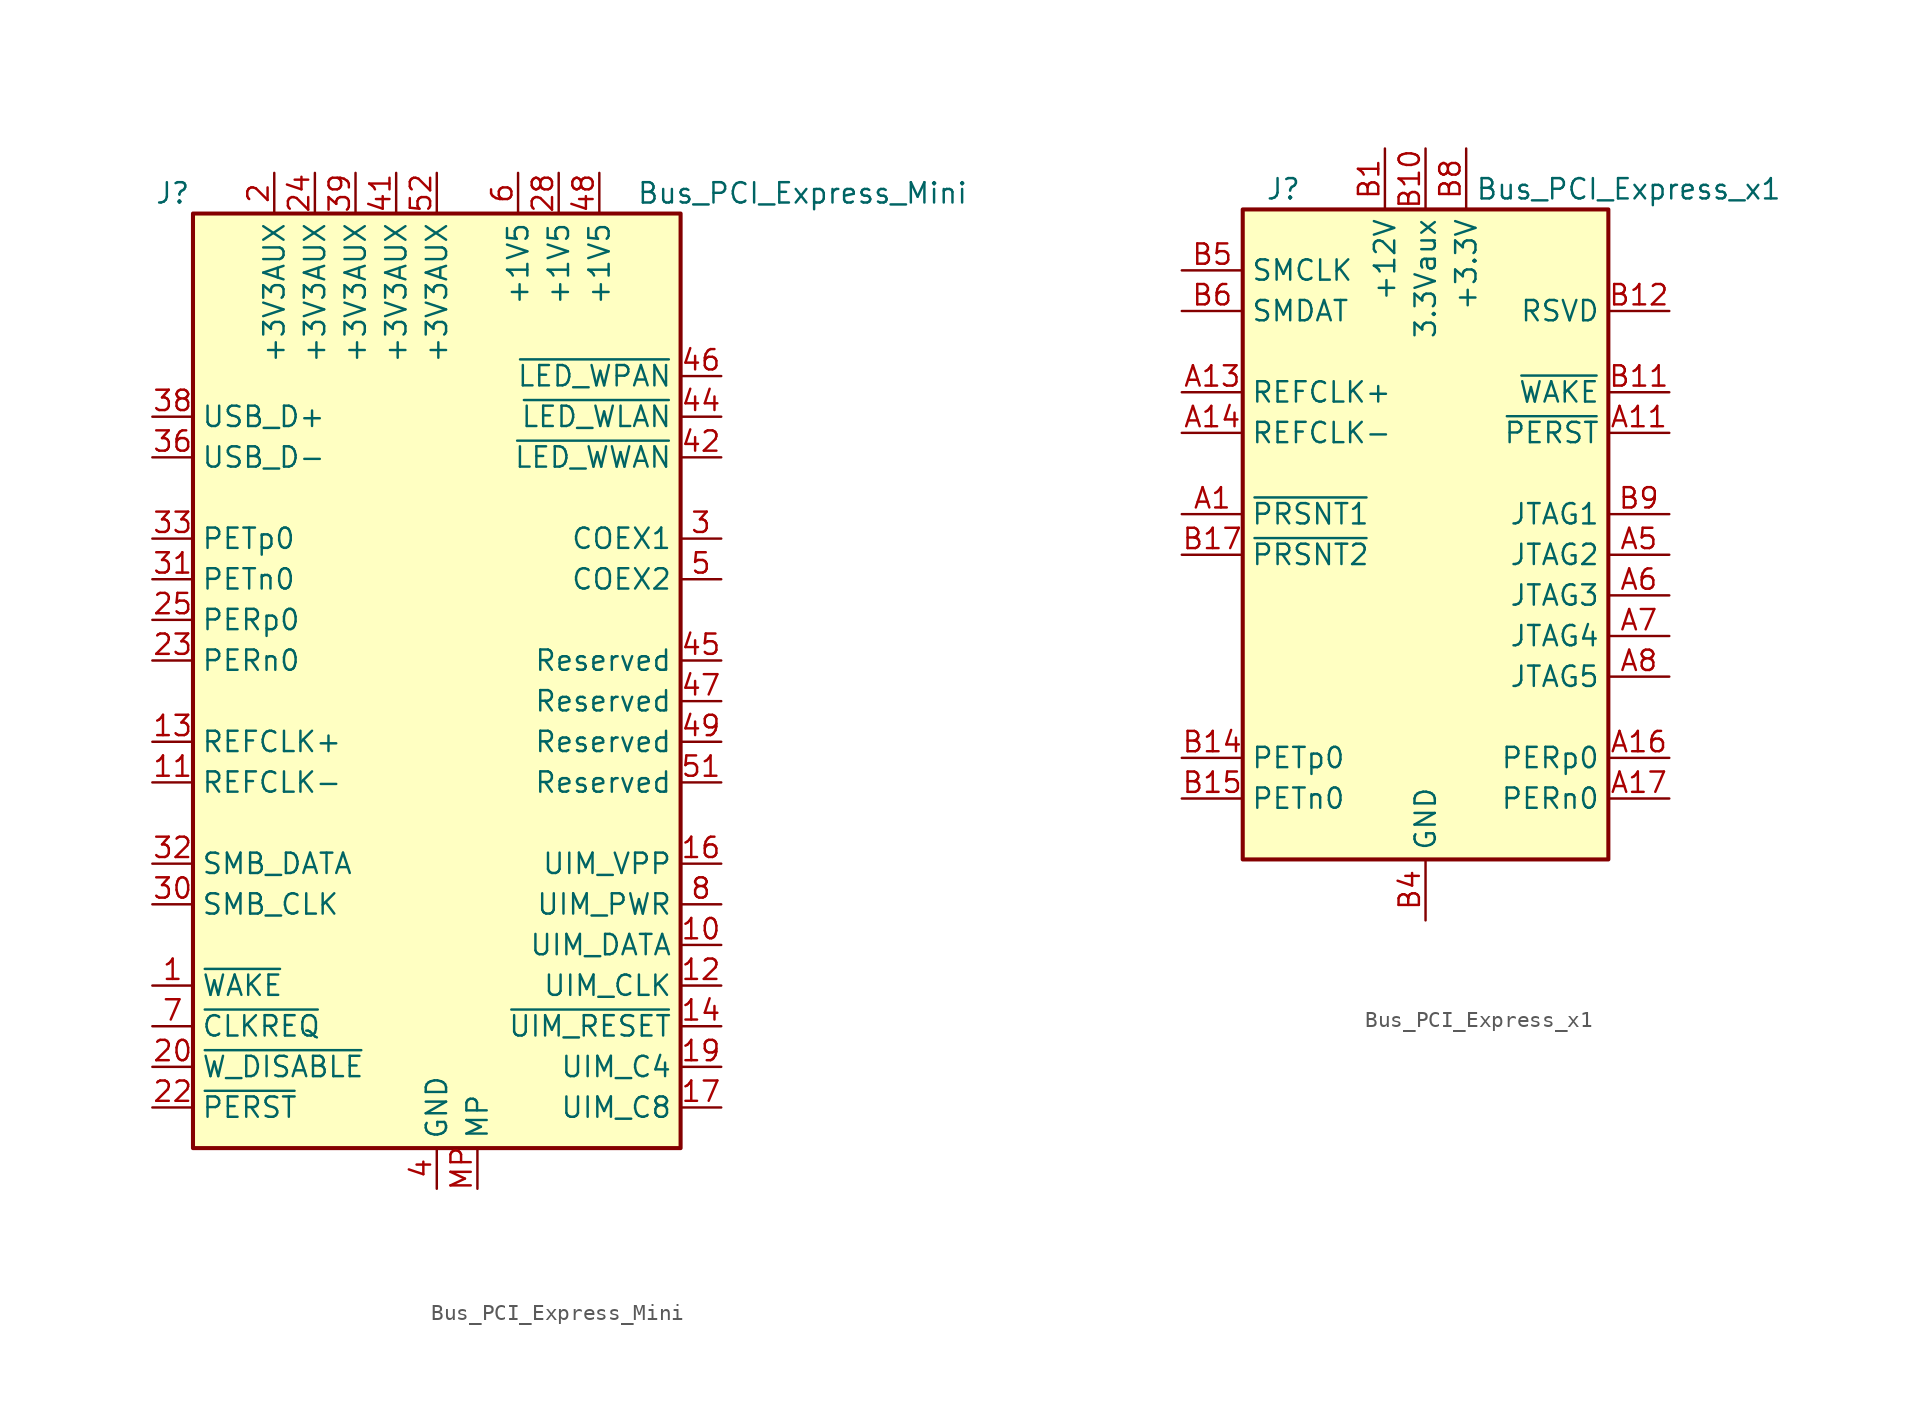
<source format=kicad_sym>
(kicad_symbol_lib
  (version 20220914)
  (generator kicad_symbol_editor)
  (symbol "Bus_PCI_Express_Mini"
    (property "Reference" "J"
      (at -16.51 31.75 0)
      (effects (font (size 1.27 1.27))))
    (property "Value" "Bus_PCI_Express_Mini"
      (at 22.86 31.75 0)
      (effects (font (size 1.27 1.27))))
    (symbol "Bus_PCI_Express_Mini_0_1"
      (rectangle (start -15.24 30.48) (end 15.24 -27.94) (stroke (width 0.254) (type default)) (fill (type background))))
    (symbol "Bus_PCI_Express_Mini_1_1"
      (pin open_collector line (at -17.78 -17.78 0) (length 2.54) (name "~{WAKE}" (effects (font (size 1.27 1.27)))) (number "1" (effects (font (size 1.27 1.27)))))
      (pin bidirectional line (at 17.78 -15.24 180) (length 2.54) (name "UIM_DATA" (effects (font (size 1.27 1.27)))) (number "10" (effects (font (size 1.27 1.27)))))
      (pin input line (at -17.78 -5.08 0) (length 2.54) (name "REFCLK-" (effects (font (size 1.27 1.27)))) (number "11" (effects (font (size 1.27 1.27)))))
      (pin output line (at 17.78 -17.78 180) (length 2.54) (name "UIM_CLK" (effects (font (size 1.27 1.27)))) (number "12" (effects (font (size 1.27 1.27)))))
      (pin input line (at -17.78 -2.54 0) (length 2.54) (name "REFCLK+" (effects (font (size 1.27 1.27)))) (number "13" (effects (font (size 1.27 1.27)))))
      (pin output line (at 17.78 -20.32 180) (length 2.54) (name "~{UIM_RESET}" (effects (font (size 1.27 1.27)))) (number "14" (effects (font (size 1.27 1.27)))))
      (pin passive line (at 0 -30.48 90) (length 2.54) hide (name "GND" (effects (font (size 1.27 1.27)))) (number "15" (effects (font (size 1.27 1.27)))))
      (pin power_out line (at 17.78 -10.16 180) (length 2.54) (name "UIM_VPP" (effects (font (size 1.27 1.27)))) (number "16" (effects (font (size 1.27 1.27)))))
      (pin passive line (at 17.78 -25.4 180) (length 2.54) (name "UIM_C8" (effects (font (size 1.27 1.27)))) (number "17" (effects (font (size 1.27 1.27)))))
      (pin passive line (at 0 -30.48 90) (length 2.54) hide (name "GND" (effects (font (size 1.27 1.27)))) (number "18" (effects (font (size 1.27 1.27)))))
      (pin passive line (at 17.78 -22.86 180) (length 2.54) (name "UIM_C4" (effects (font (size 1.27 1.27)))) (number "19" (effects (font (size 1.27 1.27)))))
      (pin power_in line (at -10.16 33.02 270) (length 2.54) (name "+3V3AUX" (effects (font (size 1.27 1.27)))) (number "2" (effects (font (size 1.27 1.27)))))
      (pin input line (at -17.78 -22.86 0) (length 2.54) (name "~{W_DISABLE}" (effects (font (size 1.27 1.27)))) (number "20" (effects (font (size 1.27 1.27)))))
      (pin passive line (at 0 -30.48 90) (length 2.54) hide (name "GND" (effects (font (size 1.27 1.27)))) (number "21" (effects (font (size 1.27 1.27)))))
      (pin input line (at -17.78 -25.4 0) (length 2.54) (name "~{PERST}" (effects (font (size 1.27 1.27)))) (number "22" (effects (font (size 1.27 1.27)))))
      (pin output line (at -17.78 2.54 0) (length 2.54) (name "PERn0" (effects (font (size 1.27 1.27)))) (number "23" (effects (font (size 1.27 1.27)))))
      (pin power_in line (at -7.62 33.02 270) (length 2.54) (name "+3V3AUX" (effects (font (size 1.27 1.27)))) (number "24" (effects (font (size 1.27 1.27)))))
      (pin output line (at -17.78 5.08 0) (length 2.54) (name "PERp0" (effects (font (size 1.27 1.27)))) (number "25" (effects (font (size 1.27 1.27)))))
      (pin passive line (at 0 -30.48 90) (length 2.54) hide (name "GND" (effects (font (size 1.27 1.27)))) (number "26" (effects (font (size 1.27 1.27)))))
      (pin passive line (at 0 -30.48 90) (length 2.54) hide (name "GND" (effects (font (size 1.27 1.27)))) (number "27" (effects (font (size 1.27 1.27)))))
      (pin power_in line (at 7.62 33.02 270) (length 2.54) (name "+1V5" (effects (font (size 1.27 1.27)))) (number "28" (effects (font (size 1.27 1.27)))))
      (pin passive line (at 0 -30.48 90) (length 2.54) hide (name "GND" (effects (font (size 1.27 1.27)))) (number "29" (effects (font (size 1.27 1.27)))))
      (pin passive line (at 17.78 10.16 180) (length 2.54) (name "COEX1" (effects (font (size 1.27 1.27)))) (number "3" (effects (font (size 1.27 1.27)))))
      (pin input line (at -17.78 -12.7 0) (length 2.54) (name "SMB_CLK" (effects (font (size 1.27 1.27)))) (number "30" (effects (font (size 1.27 1.27)))))
      (pin input line (at -17.78 7.62 0) (length 2.54) (name "PETn0" (effects (font (size 1.27 1.27)))) (number "31" (effects (font (size 1.27 1.27)))))
      (pin bidirectional line (at -17.78 -10.16 0) (length 2.54) (name "SMB_DATA" (effects (font (size 1.27 1.27)))) (number "32" (effects (font (size 1.27 1.27)))))
      (pin input line (at -17.78 10.16 0) (length 2.54) (name "PETp0" (effects (font (size 1.27 1.27)))) (number "33" (effects (font (size 1.27 1.27)))))
      (pin passive line (at 0 -30.48 90) (length 2.54) hide (name "GND" (effects (font (size 1.27 1.27)))) (number "34" (effects (font (size 1.27 1.27)))))
      (pin passive line (at 0 -30.48 90) (length 2.54) hide (name "GND" (effects (font (size 1.27 1.27)))) (number "35" (effects (font (size 1.27 1.27)))))
      (pin bidirectional line (at -17.78 15.24 0) (length 2.54) (name "USB_D-" (effects (font (size 1.27 1.27)))) (number "36" (effects (font (size 1.27 1.27)))))
      (pin passive line (at 0 -30.48 90) (length 2.54) hide (name "GND" (effects (font (size 1.27 1.27)))) (number "37" (effects (font (size 1.27 1.27)))))
      (pin bidirectional line (at -17.78 17.78 0) (length 2.54) (name "USB_D+" (effects (font (size 1.27 1.27)))) (number "38" (effects (font (size 1.27 1.27)))))
      (pin power_in line (at -5.08 33.02 270) (length 2.54) (name "+3V3AUX" (effects (font (size 1.27 1.27)))) (number "39" (effects (font (size 1.27 1.27)))))
      (pin power_in line (at 0 -30.48 90) (length 2.54) (name "GND" (effects (font (size 1.27 1.27)))) (number "4" (effects (font (size 1.27 1.27)))))
      (pin passive line (at 0 -30.48 90) (length 2.54) hide (name "GND" (effects (font (size 1.27 1.27)))) (number "40" (effects (font (size 1.27 1.27)))))
      (pin power_in line (at -2.54 33.02 270) (length 2.54) (name "+3V3AUX" (effects (font (size 1.27 1.27)))) (number "41" (effects (font (size 1.27 1.27)))))
      (pin open_collector line (at 17.78 15.24 180) (length 2.54) (name "~{LED_WWAN}" (effects (font (size 1.27 1.27)))) (number "42" (effects (font (size 1.27 1.27)))))
      (pin passive line (at 0 -30.48 90) (length 2.54) hide (name "GND" (effects (font (size 1.27 1.27)))) (number "43" (effects (font (size 1.27 1.27)))))
      (pin open_collector line (at 17.78 17.78 180) (length 2.54) (name "~{LED_WLAN}" (effects (font (size 1.27 1.27)))) (number "44" (effects (font (size 1.27 1.27)))))
      (pin passive line (at 17.78 2.54 180) (length 2.54) (name "Reserved" (effects (font (size 1.27 1.27)))) (number "45" (effects (font (size 1.27 1.27)))))
      (pin open_collector line (at 17.78 20.32 180) (length 2.54) (name "~{LED_WPAN}" (effects (font (size 1.27 1.27)))) (number "46" (effects (font (size 1.27 1.27)))))
      (pin passive line (at 17.78 0 180) (length 2.54) (name "Reserved" (effects (font (size 1.27 1.27)))) (number "47" (effects (font (size 1.27 1.27)))))
      (pin power_in line (at 10.16 33.02 270) (length 2.54) (name "+1V5" (effects (font (size 1.27 1.27)))) (number "48" (effects (font (size 1.27 1.27)))))
      (pin passive line (at 17.78 -2.54 180) (length 2.54) (name "Reserved" (effects (font (size 1.27 1.27)))) (number "49" (effects (font (size 1.27 1.27)))))
      (pin passive line (at 17.78 7.62 180) (length 2.54) (name "COEX2" (effects (font (size 1.27 1.27)))) (number "5" (effects (font (size 1.27 1.27)))))
      (pin passive line (at 0 -30.48 90) (length 2.54) hide (name "GND" (effects (font (size 1.27 1.27)))) (number "50" (effects (font (size 1.27 1.27)))))
      (pin passive line (at 17.78 -5.08 180) (length 2.54) (name "Reserved" (effects (font (size 1.27 1.27)))) (number "51" (effects (font (size 1.27 1.27)))))
      (pin power_in line (at 0 33.02 270) (length 2.54) (name "+3V3AUX" (effects (font (size 1.27 1.27)))) (number "52" (effects (font (size 1.27 1.27)))))
      (pin power_in line (at 5.08 33.02 270) (length 2.54) (name "+1V5" (effects (font (size 1.27 1.27)))) (number "6" (effects (font (size 1.27 1.27)))))
      (pin open_collector line (at -17.78 -20.32 0) (length 2.54) (name "~{CLKREQ}" (effects (font (size 1.27 1.27)))) (number "7" (effects (font (size 1.27 1.27)))))
      (pin power_out line (at 17.78 -12.7 180) (length 2.54) (name "UIM_PWR" (effects (font (size 1.27 1.27)))) (number "8" (effects (font (size 1.27 1.27)))))
      (pin passive line (at 0 -30.48 90) (length 2.54) hide (name "GND" (effects (font (size 1.27 1.27)))) (number "9" (effects (font (size 1.27 1.27)))))
      (pin passive line (at 2.54 -30.48 90) (length 2.54) (name "MP" (effects (font (size 1.27 1.27)))) (number "MP" (effects (font (size 1.27 1.27)))))))
  (symbol "Bus_PCI_Express_x1"
    (property "Reference" "J"
      (at -8.89 22.86 0)
      (effects (font (size 1.27 1.27))))
    (property "Value" "Bus_PCI_Express_x1"
      (at 12.7 22.86 0)
      (effects (font (size 1.27 1.27))))
    (symbol "Bus_PCI_Express_x1_0_1"
      (rectangle (start -11.43 21.59) (end 11.43 -19.05) (stroke (width 0.254) (type default)) (fill (type background))))
    (symbol "Bus_PCI_Express_x1_1_1"
      (pin passive line (at -15.24 2.54 0) (length 3.81) (name "~{PRSNT1}" (effects (font (size 1.27 1.27)))) (number "A1" (effects (font (size 1.27 1.27)))))
      (pin passive line (at 2.54 25.4 270) (length 3.81) hide (name "+3.3V" (effects (font (size 1.27 1.27)))) (number "A10" (effects (font (size 1.27 1.27)))))
      (pin input line (at 15.24 7.62 180) (length 3.81) (name "~{PERST}" (effects (font (size 1.27 1.27)))) (number "A11" (effects (font (size 1.27 1.27)))))
      (pin passive line (at 0 -22.86 90) (length 3.81) hide (name "GND" (effects (font (size 1.27 1.27)))) (number "A12" (effects (font (size 1.27 1.27)))))
      (pin input line (at -15.24 10.16 0) (length 3.81) (name "REFCLK+" (effects (font (size 1.27 1.27)))) (number "A13" (effects (font (size 1.27 1.27)))))
      (pin input line (at -15.24 7.62 0) (length 3.81) (name "REFCLK-" (effects (font (size 1.27 1.27)))) (number "A14" (effects (font (size 1.27 1.27)))))
      (pin passive line (at 0 -22.86 90) (length 3.81) hide (name "GND" (effects (font (size 1.27 1.27)))) (number "A15" (effects (font (size 1.27 1.27)))))
      (pin output line (at 15.24 -12.7 180) (length 3.81) (name "PERp0" (effects (font (size 1.27 1.27)))) (number "A16" (effects (font (size 1.27 1.27)))))
      (pin output line (at 15.24 -15.24 180) (length 3.81) (name "PERn0" (effects (font (size 1.27 1.27)))) (number "A17" (effects (font (size 1.27 1.27)))))
      (pin passive line (at 0 -22.86 90) (length 3.81) hide (name "GND" (effects (font (size 1.27 1.27)))) (number "A18" (effects (font (size 1.27 1.27)))))
      (pin passive line (at -2.54 25.4 270) (length 3.81) hide (name "+12V" (effects (font (size 1.27 1.27)))) (number "A2" (effects (font (size 1.27 1.27)))))
      (pin passive line (at -2.54 25.4 270) (length 3.81) hide (name "+12V" (effects (font (size 1.27 1.27)))) (number "A3" (effects (font (size 1.27 1.27)))))
      (pin passive line (at 0 -22.86 90) (length 3.81) hide (name "GND" (effects (font (size 1.27 1.27)))) (number "A4" (effects (font (size 1.27 1.27)))))
      (pin input line (at 15.24 0 180) (length 3.81) (name "JTAG2" (effects (font (size 1.27 1.27)))) (number "A5" (effects (font (size 1.27 1.27)))))
      (pin input line (at 15.24 -2.54 180) (length 3.81) (name "JTAG3" (effects (font (size 1.27 1.27)))) (number "A6" (effects (font (size 1.27 1.27)))))
      (pin output line (at 15.24 -5.08 180) (length 3.81) (name "JTAG4" (effects (font (size 1.27 1.27)))) (number "A7" (effects (font (size 1.27 1.27)))))
      (pin input line (at 15.24 -7.62 180) (length 3.81) (name "JTAG5" (effects (font (size 1.27 1.27)))) (number "A8" (effects (font (size 1.27 1.27)))))
      (pin passive line (at 2.54 25.4 270) (length 3.81) hide (name "+3.3V" (effects (font (size 1.27 1.27)))) (number "A9" (effects (font (size 1.27 1.27)))))
      (pin power_in line (at -2.54 25.4 270) (length 3.81) (name "+12V" (effects (font (size 1.27 1.27)))) (number "B1" (effects (font (size 1.27 1.27)))))
      (pin power_in line (at 0 25.4 270) (length 3.81) (name "3.3Vaux" (effects (font (size 1.27 1.27)))) (number "B10" (effects (font (size 1.27 1.27)))))
      (pin open_collector line (at 15.24 10.16 180) (length 3.81) (name "~{WAKE}" (effects (font (size 1.27 1.27)))) (number "B11" (effects (font (size 1.27 1.27)))))
      (pin passive line (at 15.24 15.24 180) (length 3.81) (name "RSVD" (effects (font (size 1.27 1.27)))) (number "B12" (effects (font (size 1.27 1.27)))))
      (pin passive line (at 0 -22.86 90) (length 3.81) hide (name "GND" (effects (font (size 1.27 1.27)))) (number "B13" (effects (font (size 1.27 1.27)))))
      (pin input line (at -15.24 -12.7 0) (length 3.81) (name "PETp0" (effects (font (size 1.27 1.27)))) (number "B14" (effects (font (size 1.27 1.27)))))
      (pin input line (at -15.24 -15.24 0) (length 3.81) (name "PETn0" (effects (font (size 1.27 1.27)))) (number "B15" (effects (font (size 1.27 1.27)))))
      (pin passive line (at 0 -22.86 90) (length 3.81) hide (name "GND" (effects (font (size 1.27 1.27)))) (number "B16" (effects (font (size 1.27 1.27)))))
      (pin passive line (at -15.24 0 0) (length 3.81) (name "~{PRSNT2}" (effects (font (size 1.27 1.27)))) (number "B17" (effects (font (size 1.27 1.27)))))
      (pin passive line (at 0 -22.86 90) (length 3.81) hide (name "GND" (effects (font (size 1.27 1.27)))) (number "B18" (effects (font (size 1.27 1.27)))))
      (pin passive line (at -2.54 25.4 270) (length 3.81) hide (name "+12V" (effects (font (size 1.27 1.27)))) (number "B2" (effects (font (size 1.27 1.27)))))
      (pin passive line (at -2.54 25.4 270) (length 3.81) hide (name "+12V" (effects (font (size 1.27 1.27)))) (number "B3" (effects (font (size 1.27 1.27)))))
      (pin power_in line (at 0 -22.86 90) (length 3.81) (name "GND" (effects (font (size 1.27 1.27)))) (number "B4" (effects (font (size 1.27 1.27)))))
      (pin input line (at -15.24 17.78 0) (length 3.81) (name "SMCLK" (effects (font (size 1.27 1.27)))) (number "B5" (effects (font (size 1.27 1.27)))))
      (pin bidirectional line (at -15.24 15.24 0) (length 3.81) (name "SMDAT" (effects (font (size 1.27 1.27)))) (number "B6" (effects (font (size 1.27 1.27)))))
      (pin passive line (at 0 -22.86 90) (length 3.81) hide (name "GND" (effects (font (size 1.27 1.27)))) (number "B7" (effects (font (size 1.27 1.27)))))
      (pin power_in line (at 2.54 25.4 270) (length 3.81) (name "+3.3V" (effects (font (size 1.27 1.27)))) (number "B8" (effects (font (size 1.27 1.27)))))
      (pin input line (at 15.24 2.54 180) (length 3.81) (name "JTAG1" (effects (font (size 1.27 1.27)))) (number "B9" (effects (font (size 1.27 1.27))))))))
</source>
